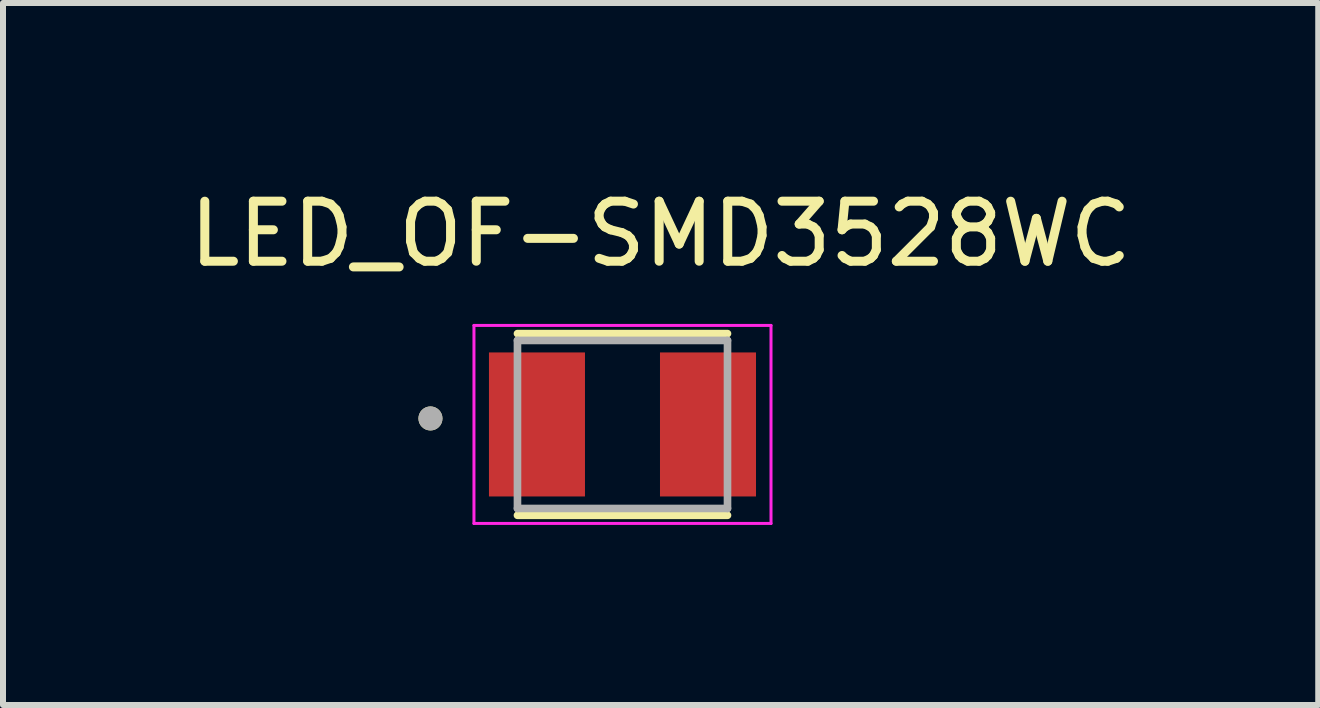
<source format=kicad_pcb>
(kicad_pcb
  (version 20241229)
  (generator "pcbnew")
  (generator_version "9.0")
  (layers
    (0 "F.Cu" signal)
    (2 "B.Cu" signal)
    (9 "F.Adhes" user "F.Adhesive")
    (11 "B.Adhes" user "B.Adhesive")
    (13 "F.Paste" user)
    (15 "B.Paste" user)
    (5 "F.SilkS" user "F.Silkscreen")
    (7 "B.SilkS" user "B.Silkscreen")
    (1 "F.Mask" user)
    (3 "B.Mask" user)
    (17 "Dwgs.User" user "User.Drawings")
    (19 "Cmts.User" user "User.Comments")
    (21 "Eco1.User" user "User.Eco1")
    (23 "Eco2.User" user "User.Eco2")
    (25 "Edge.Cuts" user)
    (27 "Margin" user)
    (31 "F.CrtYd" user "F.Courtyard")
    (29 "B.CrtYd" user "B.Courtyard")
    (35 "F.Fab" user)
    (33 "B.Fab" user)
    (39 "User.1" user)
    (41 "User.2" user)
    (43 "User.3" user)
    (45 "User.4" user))
  (footprint "LED_OF-SMD3528WC"
    (layer "F.Cu")
    (at 7.323 4.023)
    (property "Reference" "LED_OF-SMD3528WC" (at 0.635 -3.175 0) (layer "F.SilkS") (effects (font (size 1 1) (thickness 0.15))))
    (attr through_hole)
    (fp_line (start -1.75 -1.514) (end 1.75 -1.514) (stroke (width 0.127) (type solid)) (layer "F.SilkS"))
    (fp_line (start -1.75 1.514) (end 1.75 1.514) (stroke (width 0.127) (type solid)) (layer "F.SilkS"))
    (fp_circle (center -3.2 -0.1) (end -3.1 -0.1) (stroke (width 0.2) (type solid)) (fill no) (layer "F.SilkS"))
    (fp_line (start -2.475 -1.65) (end 2.475 -1.65) (stroke (width 0.05) (type solid)) (layer "F.CrtYd"))
    (fp_line (start -2.475 1.65) (end -2.475 -1.65) (stroke (width 0.05) (type solid)) (layer "F.CrtYd"))
    (fp_line (start 2.475 -1.65) (end 2.475 1.65) (stroke (width 0.05) (type solid)) (layer "F.CrtYd"))
    (fp_line (start 2.475 1.65) (end -2.475 1.65) (stroke (width 0.05) (type solid)) (layer "F.CrtYd"))
    (fp_line (start -1.75 -1.4) (end 1.75 -1.4) (stroke (width 0.127) (type solid)) (layer "F.Fab"))
    (fp_line (start -1.75 1.4) (end -1.75 -1.4) (stroke (width 0.127) (type solid)) (layer "F.Fab"))
    (fp_line (start 1.75 -1.4) (end 1.75 1.4) (stroke (width 0.127) (type solid)) (layer "F.Fab"))
    (fp_line (start 1.75 1.4) (end -1.75 1.4) (stroke (width 0.127) (type solid)) (layer "F.Fab"))
    (fp_circle (center -3.2 -0.1) (end -3.1 -0.1) (stroke (width 0.2) (type solid)) (fill no) (layer "F.Fab"))
    (pad "1" smd rect (at -1.425 0) (size 1.6 2.4) (layers "F.Cu" "F.Mask" "F.Paste"))
    (pad "2" smd rect (at 1.425 0) (size 1.6 2.4) (layers "F.Cu" "F.Mask" "F.Paste")))
  (gr_rect
    (start -3 -3)
    (end 18.917 8.698)
    (stroke (width 0.1) (type default))
    (fill no)
    (layer "Edge.Cuts")))
</source>
